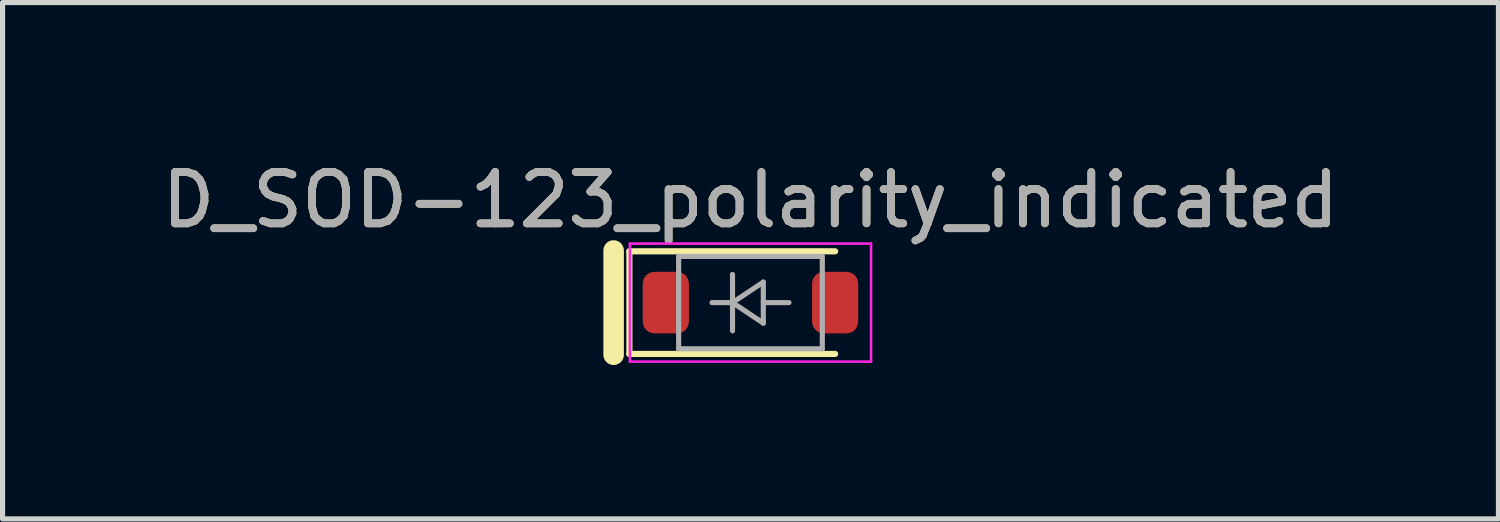
<source format=kicad_pcb>
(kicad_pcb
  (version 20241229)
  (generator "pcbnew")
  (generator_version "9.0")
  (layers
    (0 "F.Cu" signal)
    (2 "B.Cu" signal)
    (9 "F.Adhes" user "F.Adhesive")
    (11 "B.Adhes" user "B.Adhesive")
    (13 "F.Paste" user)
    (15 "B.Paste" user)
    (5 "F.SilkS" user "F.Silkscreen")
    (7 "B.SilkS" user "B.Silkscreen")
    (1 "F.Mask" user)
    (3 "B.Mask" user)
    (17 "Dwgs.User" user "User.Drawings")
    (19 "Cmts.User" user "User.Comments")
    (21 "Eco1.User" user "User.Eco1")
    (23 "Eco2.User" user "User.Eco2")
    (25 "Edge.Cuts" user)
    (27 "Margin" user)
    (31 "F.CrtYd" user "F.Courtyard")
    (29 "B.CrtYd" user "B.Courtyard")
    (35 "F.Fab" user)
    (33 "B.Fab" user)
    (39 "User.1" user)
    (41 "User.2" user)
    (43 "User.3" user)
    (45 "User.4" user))
  (footprint "D_SOD-123_polarity_indicated"
    (layer "F.Cu")
    (at 11.577 2.848)
    (property "Reference" "D_SOD-123_polarity_indicated" (at 0 -2 0) (layer "F.SilkS") (effects (font (size 1 1) (thickness 0.15))))
    (attr smd)
    (fp_line (start -2.667 -1.016) (end -2.667 1.016) (stroke (width 0.4) (type default)) (layer "F.SilkS"))
    (fp_line (start -2.36 -1) (end -2.36 1) (stroke (width 0.12) (type solid)) (layer "F.SilkS"))
    (fp_line (start -2.36 -1) (end 1.65 -1) (stroke (width 0.12) (type solid)) (layer "F.SilkS"))
    (fp_line (start -2.36 1) (end 1.65 1) (stroke (width 0.12) (type solid)) (layer "F.SilkS"))
    (fp_line (start -2.35 -1.15) (end -2.35 1.15) (stroke (width 0.05) (type solid)) (layer "F.CrtYd"))
    (fp_line (start -2.35 -1.15) (end 2.35 -1.15) (stroke (width 0.05) (type solid)) (layer "F.CrtYd"))
    (fp_line (start 2.35 -1.15) (end 2.35 1.15) (stroke (width 0.05) (type solid)) (layer "F.CrtYd"))
    (fp_line (start 2.35 1.15) (end -2.35 1.15) (stroke (width 0.05) (type solid)) (layer "F.CrtYd"))
    (fp_line (start -1.4 -0.9) (end 1.4 -0.9) (stroke (width 0.1) (type solid)) (layer "F.Fab"))
    (fp_line (start -1.4 0.9) (end -1.4 -0.9) (stroke (width 0.1) (type solid)) (layer "F.Fab"))
    (fp_line (start -0.75 0) (end -0.35 0) (stroke (width 0.1) (type solid)) (layer "F.Fab"))
    (fp_line (start -0.35 0) (end -0.35 -0.55) (stroke (width 0.1) (type solid)) (layer "F.Fab"))
    (fp_line (start -0.35 0) (end -0.35 0.55) (stroke (width 0.1) (type solid)) (layer "F.Fab"))
    (fp_line (start -0.35 0) (end 0.25 -0.4) (stroke (width 0.1) (type solid)) (layer "F.Fab"))
    (fp_line (start 0.25 -0.4) (end 0.25 0.4) (stroke (width 0.1) (type solid)) (layer "F.Fab"))
    (fp_line (start 0.25 0) (end 0.75 0) (stroke (width 0.1) (type solid)) (layer "F.Fab"))
    (fp_line (start 0.25 0.4) (end -0.35 0) (stroke (width 0.1) (type solid)) (layer "F.Fab"))
    (fp_line (start 1.4 -0.9) (end 1.4 0.9) (stroke (width 0.1) (type solid)) (layer "F.Fab"))
    (fp_line (start 1.4 0.9) (end -1.4 0.9) (stroke (width 0.1) (type solid)) (layer "F.Fab"))
    (fp_text user "${REFERENCE}" (at 0 -2 0) (layer "F.Fab") (effects (font (size 1 1) (thickness 0.15))))
    (pad "1" smd roundrect (at -1.65 0) (size 0.9 1.2) (layers "F.Cu" "F.Mask" "F.Paste") (roundrect_rratio 0.25))
    (pad "2" smd roundrect (at 1.65 0) (size 0.9 1.2) (layers "F.Cu" "F.Mask" "F.Paste") (roundrect_rratio 0.25)))
  (gr_rect
    (start -3 -3)
    (end 26.155 7.064)
    (stroke (width 0.1) (type default))
    (fill no)
    (layer "Edge.Cuts")))
</source>
